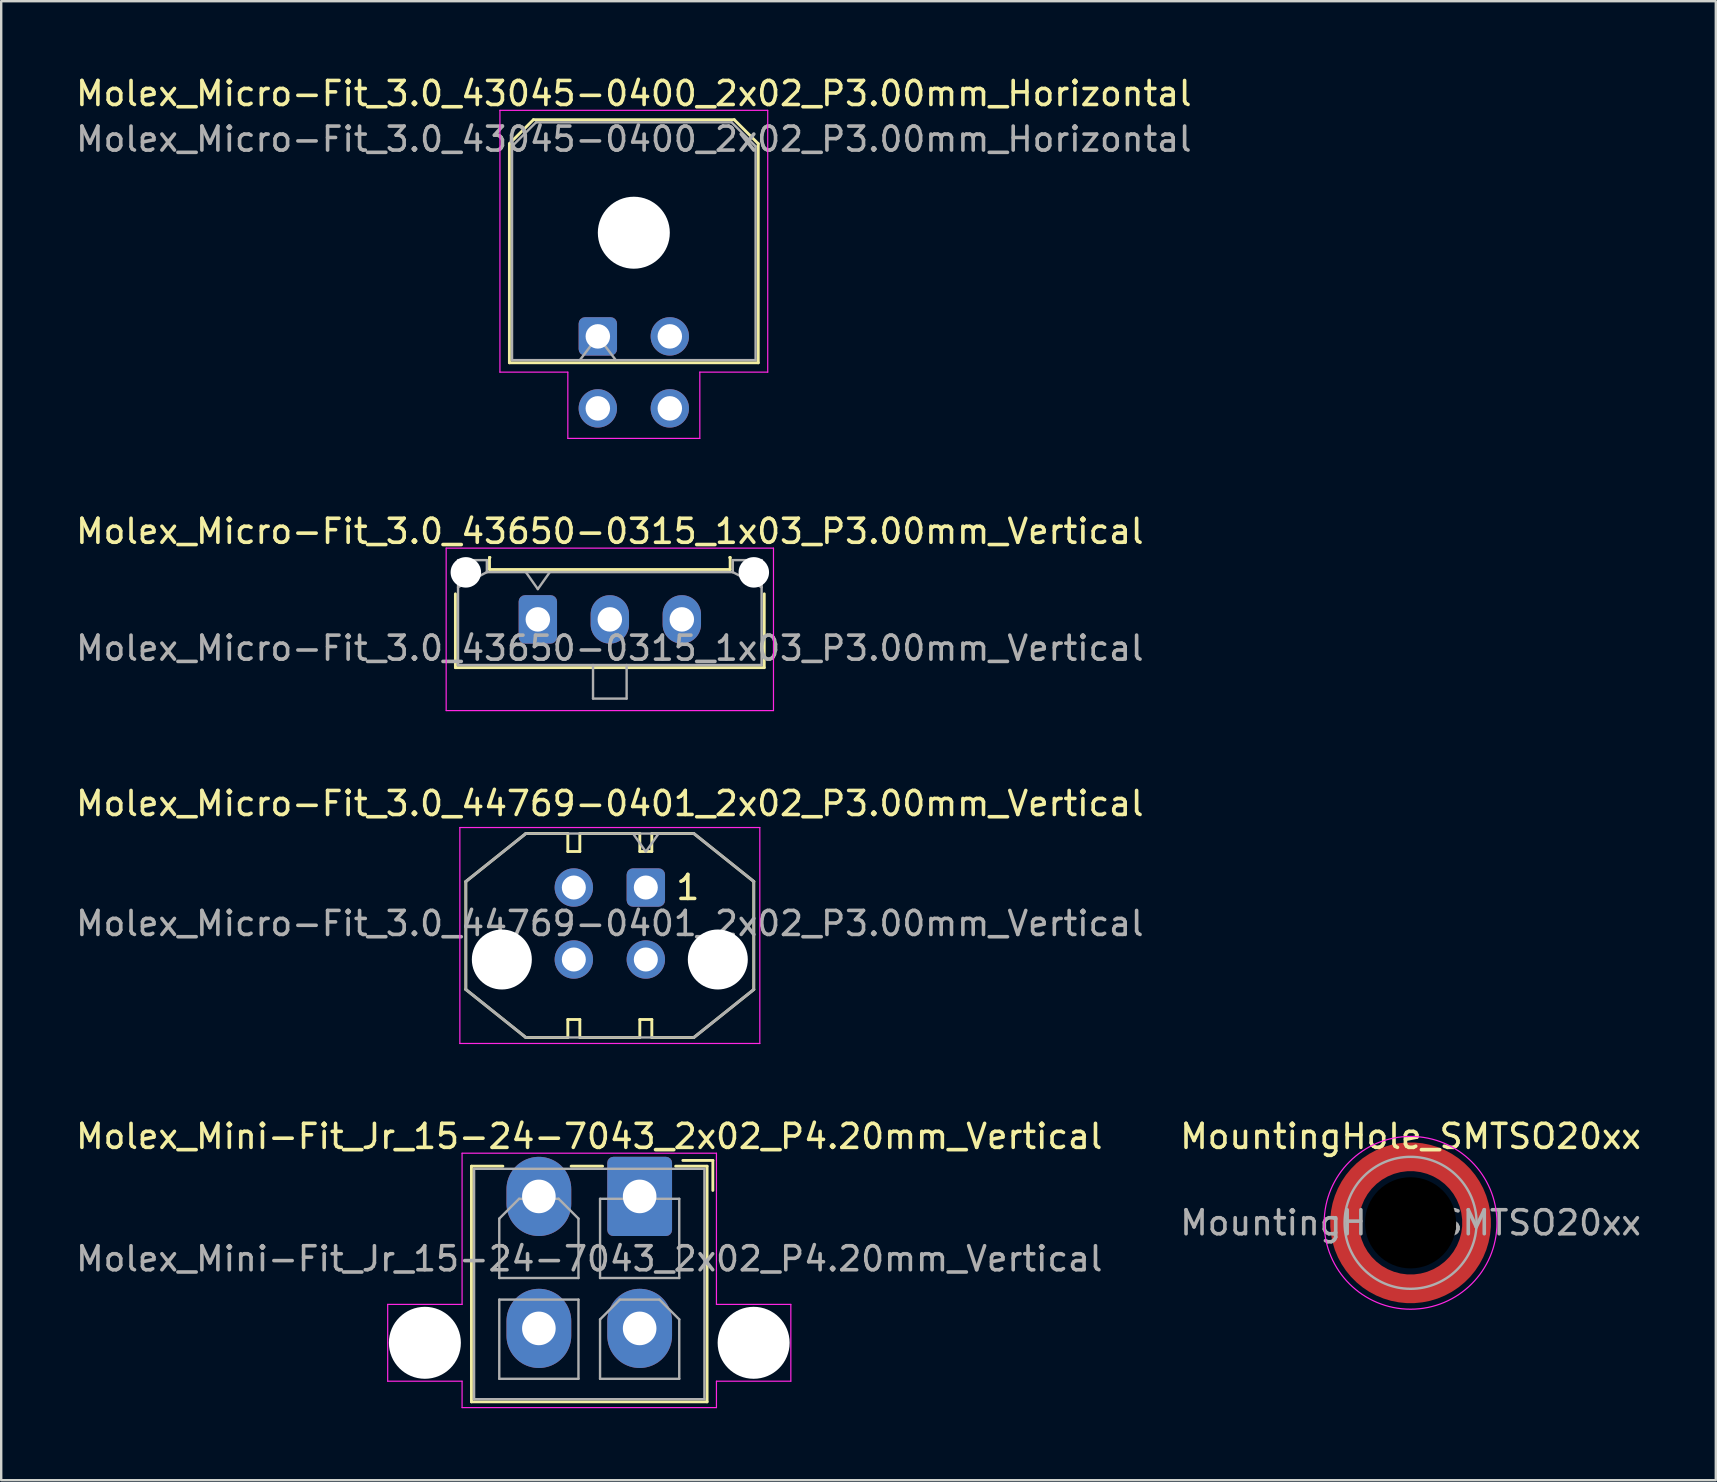
<source format=kicad_pcb>
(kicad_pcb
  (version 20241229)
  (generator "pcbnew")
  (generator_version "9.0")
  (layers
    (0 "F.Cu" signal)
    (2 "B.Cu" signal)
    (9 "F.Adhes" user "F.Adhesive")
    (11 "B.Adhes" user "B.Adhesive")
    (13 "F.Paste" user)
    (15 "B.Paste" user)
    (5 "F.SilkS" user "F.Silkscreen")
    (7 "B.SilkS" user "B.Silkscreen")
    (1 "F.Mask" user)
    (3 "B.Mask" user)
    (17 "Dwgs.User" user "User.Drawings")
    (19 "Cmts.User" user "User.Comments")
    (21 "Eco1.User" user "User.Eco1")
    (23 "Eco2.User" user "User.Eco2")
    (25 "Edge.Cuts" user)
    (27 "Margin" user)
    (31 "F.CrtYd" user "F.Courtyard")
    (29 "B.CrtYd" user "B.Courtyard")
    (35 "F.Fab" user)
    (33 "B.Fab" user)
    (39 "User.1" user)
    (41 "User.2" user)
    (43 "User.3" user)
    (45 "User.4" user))
  (footprint "Molex_Micro-Fit_3.0_44769-0401_2x02_P3.00mm_Vertical"
    (layer "F.Cu")
    (at 22.363 35.435)
    (property "Reference" "Molex_Micro-Fit_3.0_44769-0401_2x02_P3.00mm_Vertical" (at 0 -5 0) (layer "F.SilkS") (effects (font (size 1 1) (thickness 0.15))))
    (attr through_hole)
    (fp_line (start -6 -1.75) (end -6 2.75) (stroke (width 0.12) (type solid)) (layer "F.SilkS"))
    (fp_line (start -3.5 -3.75) (end -6 -1.75) (stroke (width 0.12) (type solid)) (layer "F.SilkS"))
    (fp_line (start -3.5 4.75) (end -6 2.75) (stroke (width 0.12) (type solid)) (layer "F.SilkS"))
    (fp_line (start -1.75 -3.75) (end -3.5 -3.75) (stroke (width 0.12) (type solid)) (layer "F.SilkS"))
    (fp_line (start -1.75 -3) (end -1.75 -3.75) (stroke (width 0.12) (type default)) (layer "F.SilkS"))
    (fp_line (start -1.75 4) (end -1.25 4) (stroke (width 0.12) (type default)) (layer "F.SilkS"))
    (fp_line (start -1.75 4.75) (end -3.5 4.75) (stroke (width 0.12) (type solid)) (layer "F.SilkS"))
    (fp_line (start -1.75 4.75) (end -1.75 4) (stroke (width 0.12) (type default)) (layer "F.SilkS"))
    (fp_line (start -1.25 -3.75) (end -1.25 -3) (stroke (width 0.12) (type default)) (layer "F.SilkS"))
    (fp_line (start -1.25 -3.75) (end 1.25 -3.75) (stroke (width 0.12) (type solid)) (layer "F.SilkS"))
    (fp_line (start -1.25 -3) (end -1.75 -3) (stroke (width 0.12) (type default)) (layer "F.SilkS"))
    (fp_line (start -1.25 4) (end -1.25 4.75) (stroke (width 0.12) (type default)) (layer "F.SilkS"))
    (fp_line (start -1.25 4.75) (end 1.25 4.75) (stroke (width 0.12) (type solid)) (layer "F.SilkS"))
    (fp_line (start 1.25 -3) (end 1.25 -3.75) (stroke (width 0.12) (type default)) (layer "F.SilkS"))
    (fp_line (start 1.25 4) (end 1.75 4) (stroke (width 0.12) (type default)) (layer "F.SilkS"))
    (fp_line (start 1.25 4.75) (end 1.25 4) (stroke (width 0.12) (type default)) (layer "F.SilkS"))
    (fp_line (start 1.75 -3.75) (end 1.75 -3) (stroke (width 0.12) (type default)) (layer "F.SilkS"))
    (fp_line (start 1.75 -3.75) (end 3.5 -3.75) (stroke (width 0.12) (type solid)) (layer "F.SilkS"))
    (fp_line (start 1.75 -3) (end 1.25 -3) (stroke (width 0.12) (type default)) (layer "F.SilkS"))
    (fp_line (start 1.75 4) (end 1.75 4.75) (stroke (width 0.12) (type default)) (layer "F.SilkS"))
    (fp_line (start 1.75 4.75) (end 3.5 4.75) (stroke (width 0.12) (type solid)) (layer "F.SilkS"))
    (fp_line (start 3.5 -3.75) (end 6 -1.75) (stroke (width 0.12) (type solid)) (layer "F.SilkS"))
    (fp_line (start 3.5 4.75) (end 6 2.75) (stroke (width 0.12) (type solid)) (layer "F.SilkS"))
    (fp_line (start 6 2.75) (end 6 -1.75) (stroke (width 0.12) (type solid)) (layer "F.SilkS"))
    (fp_line (start -6.25 -4) (end 6.25 -4) (stroke (width 0.05) (type solid)) (layer "F.CrtYd"))
    (fp_line (start -6.25 5) (end -6.25 -4) (stroke (width 0.05) (type solid)) (layer "F.CrtYd"))
    (fp_line (start 6.25 -4) (end 6.25 5) (stroke (width 0.05) (type solid)) (layer "F.CrtYd"))
    (fp_line (start 6.25 5) (end -6.25 5) (stroke (width 0.05) (type solid)) (layer "F.CrtYd"))
    (fp_line (start -6 -1.75) (end -6 2.75) (stroke (width 0.1) (type solid)) (layer "F.Fab"))
    (fp_line (start -6 2.75) (end -3.5 4.75) (stroke (width 0.12) (type solid)) (layer "F.Fab"))
    (fp_line (start -3.5 -3.75) (end -6 -1.75) (stroke (width 0.12) (type solid)) (layer "F.Fab"))
    (fp_line (start -3.5 4.75) (end 3.5 4.75) (stroke (width 0.1) (type solid)) (layer "F.Fab"))
    (fp_line (start 1 -3.7) (end 1.5 -2.993) (stroke (width 0.1) (type solid)) (layer "F.Fab"))
    (fp_line (start 1.5 -2.993) (end 2 -3.7) (stroke (width 0.1) (type solid)) (layer "F.Fab"))
    (fp_line (start 3.5 -3.75) (end -3.5 -3.75) (stroke (width 0.1) (type solid)) (layer "F.Fab"))
    (fp_line (start 3.5 -3.75) (end 6 -1.75) (stroke (width 0.12) (type solid)) (layer "F.Fab"))
    (fp_line (start 3.5 4.75) (end 6 2.75) (stroke (width 0.12) (type solid)) (layer "F.Fab"))
    (fp_line (start 6 2.75) (end 6 -1.75) (stroke (width 0.1) (type solid)) (layer "F.Fab"))
    (fp_circle (center -4.5 1.5) (end -3.5 1.25) (stroke (width 0.1) (type default)) (fill no) (layer "F.Fab"))
    (fp_circle (center 4.5 1.5) (end 5.5 1.25) (stroke (width 0.1) (type default)) (fill no) (layer "F.Fab"))
    (fp_text user "1" (at 3.25 -1.5 0) (unlocked yes) (layer "F.SilkS") (effects (font (size 1 1) (thickness 0.15))))
    (fp_text user "${REFERENCE}" (at 0 0 0) (layer "F.Fab") (effects (font (size 1 1) (thickness 0.15))))
    (pad "" np_thru_hole circle (at -4.5 1.5) (size 2.5 2.5) (drill 2.5) (layers "*.Cu" "*.Mask"))
    (pad "" np_thru_hole circle (at 4.5 1.5) (size 2.5 2.5) (drill 2.5) (layers "*.Cu" "*.Mask"))
    (pad "1" thru_hole roundrect (at 1.5 -1.5) (size 1.6 1.6) (drill 1) (layers "*.Cu" "*.Mask") (roundrect_rratio 0.167))
    (pad "2" thru_hole circle (at -1.5 -1.5) (size 1.6 1.6) (drill 1) (layers "*.Cu" "*.Mask"))
    (pad "3" thru_hole circle (at 1.5 1.5) (size 1.6 1.6) (drill 1) (layers "*.Cu" "*.Mask"))
    (pad "4" thru_hole circle (at -1.5 1.5) (size 1.6 1.6) (drill 1) (layers "*.Cu" "*.Mask")))
  (footprint "Molex_Micro-Fit_3.0_43045-0400_2x02_P3.00mm_Horizontal"
    (layer "F.Cu")
    (at 21.863 10.968)
    (property "Reference" "Molex_Micro-Fit_3.0_43045-0400_2x02_P3.00mm_Horizontal" (at 1.5 -10.12 0) (layer "F.SilkS") (effects (font (size 1 1) (thickness 0.15))))
    (attr through_hole)
    (fp_line (start -3.685 -8.03) (end -2.685 -9.03) (stroke (width 0.12) (type solid)) (layer "F.SilkS"))
    (fp_line (start -3.685 1.1) (end -3.685 -8.03) (stroke (width 0.12) (type solid)) (layer "F.SilkS"))
    (fp_line (start -2.685 -9.03) (end 5.685 -9.03) (stroke (width 0.12) (type solid)) (layer "F.SilkS"))
    (fp_line (start 5.685 -9.03) (end 6.685 -8.03) (stroke (width 0.12) (type solid)) (layer "F.SilkS"))
    (fp_line (start 6.685 -8.03) (end 6.685 1.1) (stroke (width 0.12) (type solid)) (layer "F.SilkS"))
    (fp_line (start 6.685 1.1) (end -3.685 1.1) (stroke (width 0.12) (type solid)) (layer "F.SilkS"))
    (fp_line (start -4.08 -9.42) (end 7.08 -9.42) (stroke (width 0.05) (type solid)) (layer "F.CrtYd"))
    (fp_line (start -4.08 1.49) (end -4.08 -9.42) (stroke (width 0.05) (type solid)) (layer "F.CrtYd"))
    (fp_line (start -1.25 1.49) (end -4.08 1.49) (stroke (width 0.05) (type solid)) (layer "F.CrtYd"))
    (fp_line (start -1.25 4.25) (end -1.25 1.49) (stroke (width 0.05) (type solid)) (layer "F.CrtYd"))
    (fp_line (start 4.25 1.49) (end 4.25 4.25) (stroke (width 0.05) (type solid)) (layer "F.CrtYd"))
    (fp_line (start 4.25 4.25) (end -1.25 4.25) (stroke (width 0.05) (type solid)) (layer "F.CrtYd"))
    (fp_line (start 7.08 -9.42) (end 7.08 1.49) (stroke (width 0.05) (type solid)) (layer "F.CrtYd"))
    (fp_line (start 7.08 1.49) (end 4.25 1.49) (stroke (width 0.05) (type solid)) (layer "F.CrtYd"))
    (fp_line (start -3.575 -7.92) (end -2.575 -8.92) (stroke (width 0.1) (type solid)) (layer "F.Fab"))
    (fp_line (start -3.575 0.99) (end -3.575 -7.92) (stroke (width 0.1) (type solid)) (layer "F.Fab"))
    (fp_line (start -2.575 -8.92) (end 5.575 -8.92) (stroke (width 0.1) (type solid)) (layer "F.Fab"))
    (fp_line (start -0.75 0.99) (end 0 0) (stroke (width 0.1) (type solid)) (layer "F.Fab"))
    (fp_line (start 0 0) (end 0.75 0.99) (stroke (width 0.1) (type solid)) (layer "F.Fab"))
    (fp_line (start 5.575 -8.92) (end 6.575 -7.92) (stroke (width 0.1) (type solid)) (layer "F.Fab"))
    (fp_line (start 6.575 -7.92) (end 6.575 0.99) (stroke (width 0.1) (type solid)) (layer "F.Fab"))
    (fp_line (start 6.575 0.99) (end -3.575 0.99) (stroke (width 0.1) (type solid)) (layer "F.Fab"))
    (fp_text user "${REFERENCE}" (at 1.5 -8.22 0) (layer "F.Fab") (effects (font (size 1 1) (thickness 0.15))))
    (pad "" np_thru_hole circle (at 1.5 -4.32) (size 3 3) (drill 3) (layers "*.Cu" "*.Mask"))
    (pad "1" thru_hole roundrect (at 0 0) (size 1.6 1.6) (drill 1.02) (layers "*.Cu" "*.Mask") (roundrect_rratio 0.167))
    (pad "2" thru_hole circle (at 3 0) (size 1.6 1.6) (drill 1.02) (layers "*.Cu" "*.Mask"))
    (pad "3" thru_hole circle (at 0 3) (size 1.6 1.6) (drill 1.02) (layers "*.Cu" "*.Mask"))
    (pad "4" thru_hole circle (at 3 3) (size 1.6 1.6) (drill 1.02) (layers "*.Cu" "*.Mask")))
  (footprint "Molex_Mini-Fit_Jr_15-24-7043_2x02_P4.20mm_Vertical"
    (layer "F.Cu")
    (at 19.406 47.908)
    (property "Reference" "Molex_Mini-Fit_Jr_15-24-7043_2x02_P4.20mm_Vertical" (at 2.1 -3.6 0) (layer "F.SilkS") (effects (font (size 1 1) (thickness 0.15))))
    (attr through_hole)
    (fp_line (start -2.81 -2.36) (end -2.81 7.46) (stroke (width 0.12) (type solid)) (layer "F.SilkS"))
    (fp_line (start -2.81 7.46) (end 7.01 7.46) (stroke (width 0.12) (type solid)) (layer "F.SilkS"))
    (fp_line (start -1.5 -2.36) (end -2.81 -2.36) (stroke (width 0.12) (type solid)) (layer "F.SilkS"))
    (fp_line (start 2.655 -2.36) (end 1.345 -2.36) (stroke (width 0.12) (type solid)) (layer "F.SilkS"))
    (fp_line (start 5.7 -2.36) (end 7.01 -2.36) (stroke (width 0.12) (type solid)) (layer "F.SilkS"))
    (fp_line (start 7.01 -2.36) (end 7.01 7.46) (stroke (width 0.12) (type solid)) (layer "F.SilkS"))
    (fp_line (start 7.25 -2.6) (end 6 -2.6) (stroke (width 0.12) (type solid)) (layer "F.SilkS"))
    (fp_line (start 7.25 -2.6) (end 7.25 -1.35) (stroke (width 0.12) (type solid)) (layer "F.SilkS"))
    (fp_line (start -6.3 3.4) (end -6.3 6.6) (stroke (width 0.05) (type default)) (layer "F.CrtYd"))
    (fp_line (start -6.3 6.6) (end -3.2 6.6) (stroke (width 0.05) (type default)) (layer "F.CrtYd"))
    (fp_line (start -3.2 3.4) (end -6.3 3.4) (stroke (width 0.05) (type default)) (layer "F.CrtYd"))
    (fp_line (start -3.2 3.4) (end -3.2 -2.9) (stroke (width 0.05) (type solid)) (layer "F.CrtYd"))
    (fp_line (start -3.2 6.6) (end -3.2 7.7) (stroke (width 0.05) (type solid)) (layer "F.CrtYd"))
    (fp_line (start -3.2 7.7) (end 7.4 7.7) (stroke (width 0.05) (type solid)) (layer "F.CrtYd"))
    (fp_line (start 7.4 -2.9) (end -3.2 -2.9) (stroke (width 0.05) (type solid)) (layer "F.CrtYd"))
    (fp_line (start 7.4 3.4) (end 7.4 -2.9) (stroke (width 0.05) (type solid)) (layer "F.CrtYd"))
    (fp_line (start 7.4 6.6) (end 10.5 6.6) (stroke (width 0.05) (type default)) (layer "F.CrtYd"))
    (fp_line (start 7.4 7.7) (end 7.4 6.6) (stroke (width 0.05) (type solid)) (layer "F.CrtYd"))
    (fp_line (start 10.5 3.4) (end 7.4 3.4) (stroke (width 0.05) (type default)) (layer "F.CrtYd"))
    (fp_line (start 10.5 6.6) (end 10.5 3.4) (stroke (width 0.05) (type default)) (layer "F.CrtYd"))
    (fp_line (start -2.7 -2.25) (end -2.7 7.35) (stroke (width 0.1) (type solid)) (layer "F.Fab"))
    (fp_line (start -2.7 7.35) (end 6.9 7.35) (stroke (width 0.1) (type solid)) (layer "F.Fab"))
    (fp_line (start -1.65 -0.175) (end -0.825 -1) (stroke (width 0.1) (type solid)) (layer "F.Fab"))
    (fp_line (start -1.65 2.3) (end -1.65 -0.175) (stroke (width 0.1) (type solid)) (layer "F.Fab"))
    (fp_line (start -1.65 3.2) (end -1.65 6.5) (stroke (width 0.1) (type solid)) (layer "F.Fab"))
    (fp_line (start -1.65 6.5) (end 1.65 6.5) (stroke (width 0.1) (type solid)) (layer "F.Fab"))
    (fp_line (start -0.825 -1) (end 0.825 -1) (stroke (width 0.1) (type solid)) (layer "F.Fab"))
    (fp_line (start 0.825 -1) (end 1.65 -0.175) (stroke (width 0.1) (type solid)) (layer "F.Fab"))
    (fp_line (start 1.65 -0.175) (end 1.65 2.3) (stroke (width 0.1) (type solid)) (layer "F.Fab"))
    (fp_line (start 1.65 2.3) (end -1.65 2.3) (stroke (width 0.1) (type solid)) (layer "F.Fab"))
    (fp_line (start 1.65 3.2) (end -1.65 3.2) (stroke (width 0.1) (type solid)) (layer "F.Fab"))
    (fp_line (start 1.65 6.5) (end 1.65 3.2) (stroke (width 0.1) (type solid)) (layer "F.Fab"))
    (fp_line (start 2.55 -1) (end 2.55 2.3) (stroke (width 0.1) (type solid)) (layer "F.Fab"))
    (fp_line (start 2.55 2.3) (end 5.85 2.3) (stroke (width 0.1) (type solid)) (layer "F.Fab"))
    (fp_line (start 2.55 4.025) (end 3.375 3.2) (stroke (width 0.1) (type solid)) (layer "F.Fab"))
    (fp_line (start 2.55 6.5) (end 2.55 4.025) (stroke (width 0.1) (type solid)) (layer "F.Fab"))
    (fp_line (start 3.375 3.2) (end 5.025 3.2) (stroke (width 0.1) (type solid)) (layer "F.Fab"))
    (fp_line (start 5.025 3.2) (end 5.85 4.025) (stroke (width 0.1) (type solid)) (layer "F.Fab"))
    (fp_line (start 5.85 -1) (end 2.55 -1) (stroke (width 0.1) (type solid)) (layer "F.Fab"))
    (fp_line (start 5.85 2.3) (end 5.85 -1) (stroke (width 0.1) (type solid)) (layer "F.Fab"))
    (fp_line (start 5.85 4.025) (end 5.85 6.5) (stroke (width 0.1) (type solid)) (layer "F.Fab"))
    (fp_line (start 5.85 6.5) (end 2.55 6.5) (stroke (width 0.1) (type solid)) (layer "F.Fab"))
    (fp_line (start 6.9 -2.25) (end -2.7 -2.25) (stroke (width 0.1) (type solid)) (layer "F.Fab"))
    (fp_line (start 6.9 7.35) (end 6.9 -2.25) (stroke (width 0.1) (type solid)) (layer "F.Fab"))
    (fp_text user "${REFERENCE}" (at 2.1 1.5 0) (layer "F.Fab") (effects (font (size 1 1) (thickness 0.15))))
    (pad "" np_thru_hole circle (at -4.75 5) (size 3 3) (drill 3) (layers "*.Cu" "*.Mask"))
    (pad "" np_thru_hole circle (at 8.95 5) (size 3 3) (drill 3) (layers "*.Cu" "*.Mask"))
    (pad "1" thru_hole roundrect (at 4.2 -1.1) (size 2.7 3.3) (drill 1.4) (layers "*.Cu" "*.Mask") (roundrect_rratio 0.093))
    (pad "2" thru_hole oval (at 0 -1.1) (size 2.7 3.3) (drill 1.4) (layers "*.Cu" "*.Mask"))
    (pad "3" thru_hole oval (at 4.2 4.4) (size 2.7 3.3) (drill 1.4) (layers "*.Cu" "*.Mask"))
    (pad "4" thru_hole oval (at 0 4.4) (size 2.7 3.3) (drill 1.4) (layers "*.Cu" "*.Mask")))
  (footprint "Molex_Micro-Fit_3.0_43650-0315_1x03_P3.00mm_Vertical"
    (layer "F.Cu")
    (at 19.363 22.762)
    (property "Reference" "Molex_Micro-Fit_3.0_43650-0315_1x03_P3.00mm_Vertical" (at 3 -3.67 0) (layer "F.SilkS") (effects (font (size 1 1) (thickness 0.15))))
    (attr through_hole)
    (fp_line (start -3.435 -1.065) (end -3.435 2.01) (stroke (width 0.12) (type solid)) (layer "F.SilkS"))
    (fp_line (start -3.435 2.01) (end 9.435 2.01) (stroke (width 0.12) (type solid)) (layer "F.SilkS"))
    (fp_line (start -2.015 -2.58) (end -2.015 -2.08) (stroke (width 0.12) (type solid)) (layer "F.SilkS"))
    (fp_line (start -2.015 -2.08) (end 8.015 -2.08) (stroke (width 0.12) (type solid)) (layer "F.SilkS"))
    (fp_line (start -1.995 -2.58) (end -2.015 -2.58) (stroke (width 0.12) (type solid)) (layer "F.SilkS"))
    (fp_line (start 8.015 -2.58) (end 7.995 -2.58) (stroke (width 0.12) (type solid)) (layer "F.SilkS"))
    (fp_line (start 8.015 -2.08) (end 8.015 -2.58) (stroke (width 0.12) (type solid)) (layer "F.SilkS"))
    (fp_line (start 9.435 2.01) (end 9.435 -1.065) (stroke (width 0.12) (type solid)) (layer "F.SilkS"))
    (fp_line (start -3.82 -2.97) (end 9.82 -2.97) (stroke (width 0.05) (type solid)) (layer "F.CrtYd"))
    (fp_line (start -3.82 3.8) (end -3.82 -2.97) (stroke (width 0.05) (type solid)) (layer "F.CrtYd"))
    (fp_line (start 9.82 -2.97) (end 9.82 3.8) (stroke (width 0.05) (type solid)) (layer "F.CrtYd"))
    (fp_line (start 9.82 3.8) (end -3.82 3.8) (stroke (width 0.05) (type solid)) (layer "F.CrtYd"))
    (fp_line (start -3.325 -2.47) (end -3.325 1.9) (stroke (width 0.1) (type solid)) (layer "F.Fab"))
    (fp_line (start -3.325 -1.34) (end -2.125 -1.97) (stroke (width 0.1) (type solid)) (layer "F.Fab"))
    (fp_line (start -3.325 1.9) (end 9.325 1.9) (stroke (width 0.1) (type solid)) (layer "F.Fab"))
    (fp_line (start -2.125 -2.47) (end -3.325 -2.47) (stroke (width 0.1) (type solid)) (layer "F.Fab"))
    (fp_line (start -2.125 -1.97) (end -2.125 -2.47) (stroke (width 0.1) (type solid)) (layer "F.Fab"))
    (fp_line (start -0.5 -1.97) (end 0 -1.263) (stroke (width 0.1) (type solid)) (layer "F.Fab"))
    (fp_line (start 0 -1.263) (end 0.5 -1.97) (stroke (width 0.1) (type solid)) (layer "F.Fab"))
    (fp_line (start 2.3 1.9) (end 2.3 3.3) (stroke (width 0.1) (type solid)) (layer "F.Fab"))
    (fp_line (start 2.3 3.3) (end 3.7 3.3) (stroke (width 0.1) (type solid)) (layer "F.Fab"))
    (fp_line (start 3.7 3.3) (end 3.7 1.9) (stroke (width 0.1) (type solid)) (layer "F.Fab"))
    (fp_line (start 8.125 -2.47) (end 8.125 -1.97) (stroke (width 0.1) (type solid)) (layer "F.Fab"))
    (fp_line (start 8.125 -1.97) (end -2.125 -1.97) (stroke (width 0.1) (type solid)) (layer "F.Fab"))
    (fp_line (start 9.325 -2.47) (end 8.125 -2.47) (stroke (width 0.1) (type solid)) (layer "F.Fab"))
    (fp_line (start 9.325 -1.34) (end 8.125 -1.97) (stroke (width 0.1) (type solid)) (layer "F.Fab"))
    (fp_line (start 9.325 1.9) (end 9.325 -2.47) (stroke (width 0.1) (type solid)) (layer "F.Fab"))
    (fp_text user "${REFERENCE}" (at 3 1.2 0) (layer "F.Fab") (effects (font (size 1 1) (thickness 0.15))))
    (pad "" np_thru_hole circle (at -3 -1.96) (size 1.27 1.27) (drill 1.27) (layers "*.Cu" "*.Mask"))
    (pad "" np_thru_hole circle (at 9 -1.96) (size 1.27 1.27) (drill 1.27) (layers "*.Cu" "*.Mask"))
    (pad "1" thru_hole roundrect (at 0 0) (size 1.6 2.02) (drill 1.02) (layers "*.Cu" "*.Mask") (roundrect_rratio 0.167))
    (pad "2" thru_hole oval (at 3 0) (size 1.6 2.02) (drill 1.02) (layers "*.Cu" "*.Mask"))
    (pad "3" thru_hole oval (at 6 0) (size 1.6 2.02) (drill 1.02) (layers "*.Cu" "*.Mask")))
  (footprint "MountingHole_SMTSO20xx"
    (layer "F.Cu")
    (at 55.732 47.908)
    (property "Reference" "MountingHole_SMTSO20xx" (at 0 -3.6 0) (layer "F.SilkS") (effects (font (size 1 1) (thickness 0.15))))
    (attr smd)
    (fp_circle (center 0 0) (end 3.6 0) (stroke (width 0.05) (type solid)) (fill no) (layer "F.CrtYd"))
    (fp_circle (center 0 0) (end 2.75 0) (stroke (width 0.1) (type solid)) (fill no) (layer "F.Fab"))
    (fp_text user "${REFERENCE}" (at 0 0 0) (layer "F.Fab") (effects (font (size 1 1) (thickness 0.15))))
    (pad "" smd custom (at -2.05 -1.8 180) (size 1 1) (layers "F.Paste") (options (anchor circle)) (primitives (gr_poly (pts (arc (start 1.074997 -1.4) (mid 0.177737 0.427737) (end -1.65 1.324997)) (arc (start -1.65 0.475001) (mid -0.416655 -0.166654) (end 0.224998 -1.4))) (width 0.2) (fill yes))))
    (pad "" smd custom (at -1.8 2.05 270) (size 1 1) (layers "F.Paste") (options (anchor circle)) (primitives (gr_poly (pts (arc (start 1.074997 -1.4) (mid 0.177737 0.427737) (end -1.65 1.324997)) (arc (start -1.65 0.475001) (mid -0.416655 -0.166654) (end 0.224998 -1.4))) (width 0.2) (fill yes))))
    (pad "" np_thru_hole circle (at 0 0) (size 3.8 3.8) (drill 3.8) (layers "*.Mask"))
    (pad "" smd custom (at 1.8 -2.05 90) (size 1 1) (layers "F.Paste") (options (anchor circle)) (primitives (gr_poly (pts (arc (start 1.074997 -1.4) (mid 0.177737 0.427737) (end -1.65 1.324997)) (arc (start -1.65 0.475001) (mid -0.416655 -0.166654) (end 0.224998 -1.4))) (width 0.2) (fill yes))))
    (pad "" smd custom (at 2.05 1.8) (size 1 1) (layers "F.Paste") (options (anchor circle)) (primitives (gr_poly (pts (arc (start 1.074997 -1.4) (mid 0.177737 0.427737) (end -1.65 1.324997)) (arc (start -1.65 0.475001) (mid -0.416655 -0.166654) (end 0.224998 -1.4))) (width 0.2) (fill yes))))
    (pad "1" smd custom (at 2.925 0) (size 0.75 0.75) (layers "F.Cu" "F.Mask") (options (anchor circle)) (primitives (gr_circle (center -2.925 0) (end -0.175 0) (width 1.2) (fill no)))))
  (gr_rect
    (start -3 -3)
    (end 68.452 58.633)
    (stroke (width 0.1) (type default))
    (fill no)
    (layer "Edge.Cuts")))
</source>
